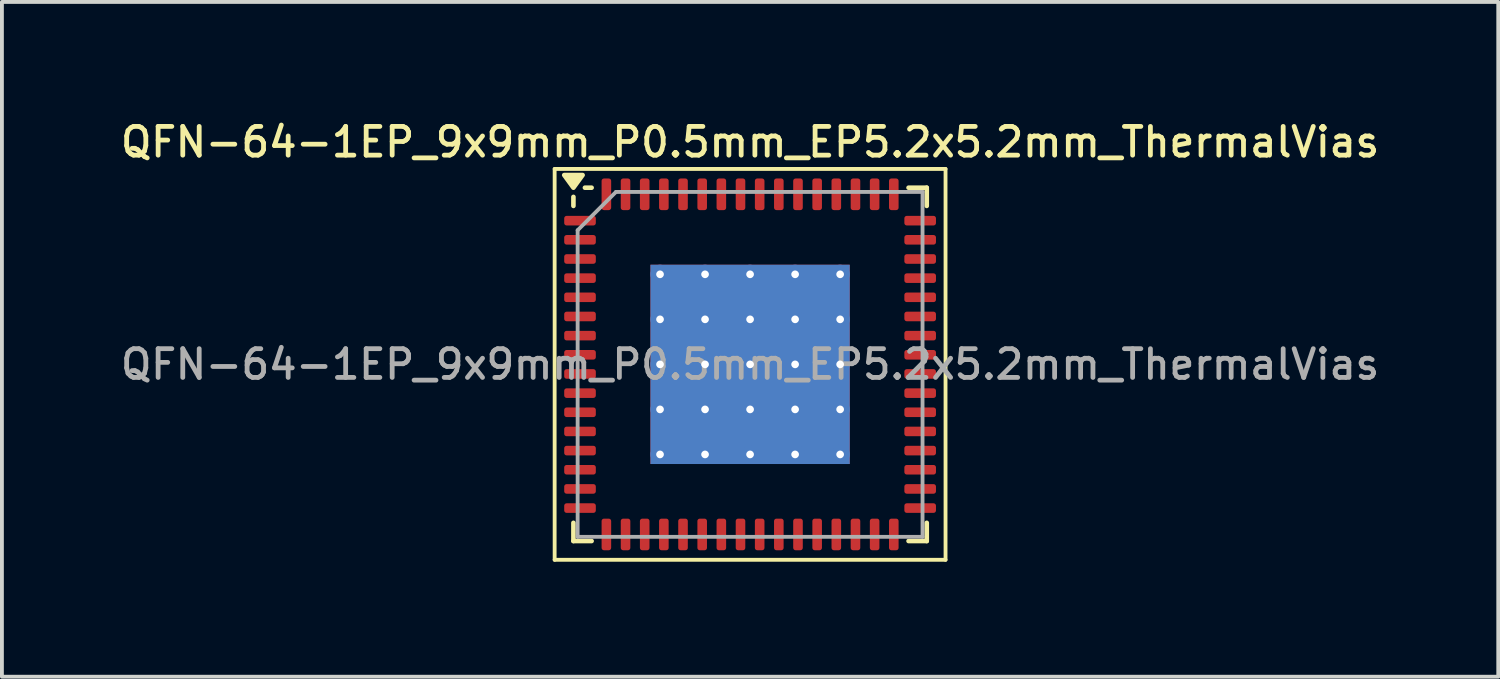
<source format=kicad_pcb>
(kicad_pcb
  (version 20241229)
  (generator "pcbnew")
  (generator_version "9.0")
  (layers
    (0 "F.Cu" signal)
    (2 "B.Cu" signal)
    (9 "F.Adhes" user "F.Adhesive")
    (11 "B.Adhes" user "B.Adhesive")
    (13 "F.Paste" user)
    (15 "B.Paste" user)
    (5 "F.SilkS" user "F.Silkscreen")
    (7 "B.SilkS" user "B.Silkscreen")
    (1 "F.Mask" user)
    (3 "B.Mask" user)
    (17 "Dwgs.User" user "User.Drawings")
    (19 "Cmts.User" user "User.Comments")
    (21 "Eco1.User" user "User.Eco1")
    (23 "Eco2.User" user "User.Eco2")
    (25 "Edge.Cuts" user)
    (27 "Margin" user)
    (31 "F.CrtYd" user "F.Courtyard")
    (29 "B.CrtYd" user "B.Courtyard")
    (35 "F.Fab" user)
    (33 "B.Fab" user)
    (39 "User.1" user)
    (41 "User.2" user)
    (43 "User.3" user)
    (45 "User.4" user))
  (footprint "QFN-64-1EP_9x9mm_P0.5mm_EP5.2x5.2mm_ThermalVias"
    (layer "F.Cu")
    (at 16.523 6.458)
    (property "Reference" "QFN-64-1EP_9x9mm_P0.5mm_EP5.2x5.2mm_ThermalVias" (at 0 -5.8 0) (layer "F.SilkS") (effects (font (size 0.75 0.75) (thickness 0.125))))
    (attr smd)
    (fp_line (start -5.1 -5.1) (end -5.1 5.1) (stroke (width 0.1) (type solid)) (layer "F.SilkS"))
    (fp_line (start -5.1 5.1) (end 5.1 5.1) (stroke (width 0.1) (type solid)) (layer "F.SilkS"))
    (fp_line (start -4.61 -4.135) (end -4.61 -4.37) (stroke (width 0.12) (type solid)) (layer "F.SilkS"))
    (fp_line (start -4.61 4.61) (end -4.61 4.135) (stroke (width 0.12) (type solid)) (layer "F.SilkS"))
    (fp_line (start -4.135 -4.61) (end -4.31 -4.61) (stroke (width 0.12) (type solid)) (layer "F.SilkS"))
    (fp_line (start -4.135 4.61) (end -4.61 4.61) (stroke (width 0.12) (type solid)) (layer "F.SilkS"))
    (fp_line (start 4.135 -4.61) (end 4.61 -4.61) (stroke (width 0.12) (type solid)) (layer "F.SilkS"))
    (fp_line (start 4.135 4.61) (end 4.61 4.61) (stroke (width 0.12) (type solid)) (layer "F.SilkS"))
    (fp_line (start 4.61 -4.61) (end 4.61 -4.135) (stroke (width 0.12) (type solid)) (layer "F.SilkS"))
    (fp_line (start 4.61 4.61) (end 4.61 4.135) (stroke (width 0.12) (type solid)) (layer "F.SilkS"))
    (fp_line (start 5.1 -5.1) (end -5.1 -5.1) (stroke (width 0.1) (type solid)) (layer "F.SilkS"))
    (fp_line (start 5.1 5.1) (end 5.1 -5.1) (stroke (width 0.1) (type solid)) (layer "F.SilkS"))
    (fp_poly (pts (xy -4.61 -4.61) (xy -4.85 -4.94) (xy -4.37 -4.94) (xy -4.61 -4.61)) (stroke (width 0.12) (type solid)) (fill yes) (layer "F.SilkS"))
    (fp_line (start -4.5 -3.5) (end -3.5 -4.5) (stroke (width 0.1) (type solid)) (layer "F.Fab"))
    (fp_line (start -4.5 4.5) (end -4.5 -3.5) (stroke (width 0.1) (type solid)) (layer "F.Fab"))
    (fp_line (start -3.5 -4.5) (end 4.5 -4.5) (stroke (width 0.1) (type solid)) (layer "F.Fab"))
    (fp_line (start 4.5 -4.5) (end 4.5 4.5) (stroke (width 0.1) (type solid)) (layer "F.Fab"))
    (fp_line (start 4.5 4.5) (end -4.5 4.5) (stroke (width 0.1) (type solid)) (layer "F.Fab"))
    (fp_text user "${REFERENCE}" (at 0 0 0) (layer "F.Fab") (effects (font (size 0.75 0.75) (thickness 0.125))))
    (pad "" smd roundrect (at -1.762 -1.762) (size 1.007 1.007) (layers "F.Paste") (roundrect_rratio 0.248))
    (pad "" smd roundrect (at -1.762 -0.588) (size 1.007 1.007) (layers "F.Paste") (roundrect_rratio 0.248))
    (pad "" smd roundrect (at -1.762 0.588) (size 1.007 1.007) (layers "F.Paste") (roundrect_rratio 0.248))
    (pad "" smd roundrect (at -1.762 1.762) (size 1.007 1.007) (layers "F.Paste") (roundrect_rratio 0.248))
    (pad "" smd roundrect (at -0.588 -1.762) (size 1.007 1.007) (layers "F.Paste") (roundrect_rratio 0.248))
    (pad "" smd roundrect (at -0.588 -0.588) (size 1.007 1.007) (layers "F.Paste") (roundrect_rratio 0.248))
    (pad "" smd roundrect (at -0.588 0.588) (size 1.007 1.007) (layers "F.Paste") (roundrect_rratio 0.248))
    (pad "" smd roundrect (at -0.588 1.762) (size 1.007 1.007) (layers "F.Paste") (roundrect_rratio 0.248))
    (pad "" smd roundrect (at 0.588 -1.762) (size 1.007 1.007) (layers "F.Paste") (roundrect_rratio 0.248))
    (pad "" smd roundrect (at 0.588 -0.588) (size 1.007 1.007) (layers "F.Paste") (roundrect_rratio 0.248))
    (pad "" smd roundrect (at 0.588 0.588) (size 1.007 1.007) (layers "F.Paste") (roundrect_rratio 0.248))
    (pad "" smd roundrect (at 0.588 1.762) (size 1.007 1.007) (layers "F.Paste") (roundrect_rratio 0.248))
    (pad "" smd roundrect (at 1.762 -1.762) (size 1.007 1.007) (layers "F.Paste") (roundrect_rratio 0.248))
    (pad "" smd roundrect (at 1.762 -0.588) (size 1.007 1.007) (layers "F.Paste") (roundrect_rratio 0.248))
    (pad "" smd roundrect (at 1.762 0.588) (size 1.007 1.007) (layers "F.Paste") (roundrect_rratio 0.248))
    (pad "" smd roundrect (at 1.762 1.762) (size 1.007 1.007) (layers "F.Paste") (roundrect_rratio 0.248))
    (pad "1" smd roundrect (at -4.438 -3.75) (size 0.825 0.25) (layers "F.Cu" "F.Mask" "F.Paste") (roundrect_rratio 0.25))
    (pad "2" smd roundrect (at -4.438 -3.25) (size 0.825 0.25) (layers "F.Cu" "F.Mask" "F.Paste") (roundrect_rratio 0.25))
    (pad "3" smd roundrect (at -4.438 -2.75) (size 0.825 0.25) (layers "F.Cu" "F.Mask" "F.Paste") (roundrect_rratio 0.25))
    (pad "4" smd roundrect (at -4.438 -2.25) (size 0.825 0.25) (layers "F.Cu" "F.Mask" "F.Paste") (roundrect_rratio 0.25))
    (pad "5" smd roundrect (at -4.438 -1.75) (size 0.825 0.25) (layers "F.Cu" "F.Mask" "F.Paste") (roundrect_rratio 0.25))
    (pad "6" smd roundrect (at -4.438 -1.25) (size 0.825 0.25) (layers "F.Cu" "F.Mask" "F.Paste") (roundrect_rratio 0.25))
    (pad "7" smd roundrect (at -4.438 -0.75) (size 0.825 0.25) (layers "F.Cu" "F.Mask" "F.Paste") (roundrect_rratio 0.25))
    (pad "8" smd roundrect (at -4.438 -0.25) (size 0.825 0.25) (layers "F.Cu" "F.Mask" "F.Paste") (roundrect_rratio 0.25))
    (pad "9" smd roundrect (at -4.438 0.25) (size 0.825 0.25) (layers "F.Cu" "F.Mask" "F.Paste") (roundrect_rratio 0.25))
    (pad "10" smd roundrect (at -4.438 0.75) (size 0.825 0.25) (layers "F.Cu" "F.Mask" "F.Paste") (roundrect_rratio 0.25))
    (pad "11" smd roundrect (at -4.438 1.25) (size 0.825 0.25) (layers "F.Cu" "F.Mask" "F.Paste") (roundrect_rratio 0.25))
    (pad "12" smd roundrect (at -4.438 1.75) (size 0.825 0.25) (layers "F.Cu" "F.Mask" "F.Paste") (roundrect_rratio 0.25))
    (pad "13" smd roundrect (at -4.438 2.25) (size 0.825 0.25) (layers "F.Cu" "F.Mask" "F.Paste") (roundrect_rratio 0.25))
    (pad "14" smd roundrect (at -4.438 2.75) (size 0.825 0.25) (layers "F.Cu" "F.Mask" "F.Paste") (roundrect_rratio 0.25))
    (pad "15" smd roundrect (at -4.438 3.25) (size 0.825 0.25) (layers "F.Cu" "F.Mask" "F.Paste") (roundrect_rratio 0.25))
    (pad "16" smd roundrect (at -4.438 3.75) (size 0.825 0.25) (layers "F.Cu" "F.Mask" "F.Paste") (roundrect_rratio 0.25))
    (pad "17" smd roundrect (at -3.75 4.438) (size 0.25 0.825) (layers "F.Cu" "F.Mask" "F.Paste") (roundrect_rratio 0.25))
    (pad "18" smd roundrect (at -3.25 4.438) (size 0.25 0.825) (layers "F.Cu" "F.Mask" "F.Paste") (roundrect_rratio 0.25))
    (pad "19" smd roundrect (at -2.75 4.438) (size 0.25 0.825) (layers "F.Cu" "F.Mask" "F.Paste") (roundrect_rratio 0.25))
    (pad "20" smd roundrect (at -2.25 4.438) (size 0.25 0.825) (layers "F.Cu" "F.Mask" "F.Paste") (roundrect_rratio 0.25))
    (pad "21" smd roundrect (at -1.75 4.438) (size 0.25 0.825) (layers "F.Cu" "F.Mask" "F.Paste") (roundrect_rratio 0.25))
    (pad "22" smd roundrect (at -1.25 4.438) (size 0.25 0.825) (layers "F.Cu" "F.Mask" "F.Paste") (roundrect_rratio 0.25))
    (pad "23" smd roundrect (at -0.75 4.438) (size 0.25 0.825) (layers "F.Cu" "F.Mask" "F.Paste") (roundrect_rratio 0.25))
    (pad "24" smd roundrect (at -0.25 4.438) (size 0.25 0.825) (layers "F.Cu" "F.Mask" "F.Paste") (roundrect_rratio 0.25))
    (pad "25" smd roundrect (at 0.25 4.438) (size 0.25 0.825) (layers "F.Cu" "F.Mask" "F.Paste") (roundrect_rratio 0.25))
    (pad "26" smd roundrect (at 0.75 4.438) (size 0.25 0.825) (layers "F.Cu" "F.Mask" "F.Paste") (roundrect_rratio 0.25))
    (pad "27" smd roundrect (at 1.25 4.438) (size 0.25 0.825) (layers "F.Cu" "F.Mask" "F.Paste") (roundrect_rratio 0.25))
    (pad "28" smd roundrect (at 1.75 4.438) (size 0.25 0.825) (layers "F.Cu" "F.Mask" "F.Paste") (roundrect_rratio 0.25))
    (pad "29" smd roundrect (at 2.25 4.438) (size 0.25 0.825) (layers "F.Cu" "F.Mask" "F.Paste") (roundrect_rratio 0.25))
    (pad "30" smd roundrect (at 2.75 4.438) (size 0.25 0.825) (layers "F.Cu" "F.Mask" "F.Paste") (roundrect_rratio 0.25))
    (pad "31" smd roundrect (at 3.25 4.438) (size 0.25 0.825) (layers "F.Cu" "F.Mask" "F.Paste") (roundrect_rratio 0.25))
    (pad "32" smd roundrect (at 3.75 4.438) (size 0.25 0.825) (layers "F.Cu" "F.Mask" "F.Paste") (roundrect_rratio 0.25))
    (pad "33" smd roundrect (at 4.438 3.75) (size 0.825 0.25) (layers "F.Cu" "F.Mask" "F.Paste") (roundrect_rratio 0.25))
    (pad "34" smd roundrect (at 4.438 3.25) (size 0.825 0.25) (layers "F.Cu" "F.Mask" "F.Paste") (roundrect_rratio 0.25))
    (pad "35" smd roundrect (at 4.438 2.75) (size 0.825 0.25) (layers "F.Cu" "F.Mask" "F.Paste") (roundrect_rratio 0.25))
    (pad "36" smd roundrect (at 4.438 2.25) (size 0.825 0.25) (layers "F.Cu" "F.Mask" "F.Paste") (roundrect_rratio 0.25))
    (pad "37" smd roundrect (at 4.438 1.75) (size 0.825 0.25) (layers "F.Cu" "F.Mask" "F.Paste") (roundrect_rratio 0.25))
    (pad "38" smd roundrect (at 4.438 1.25) (size 0.825 0.25) (layers "F.Cu" "F.Mask" "F.Paste") (roundrect_rratio 0.25))
    (pad "39" smd roundrect (at 4.438 0.75) (size 0.825 0.25) (layers "F.Cu" "F.Mask" "F.Paste") (roundrect_rratio 0.25))
    (pad "40" smd roundrect (at 4.438 0.25) (size 0.825 0.25) (layers "F.Cu" "F.Mask" "F.Paste") (roundrect_rratio 0.25))
    (pad "41" smd roundrect (at 4.438 -0.25) (size 0.825 0.25) (layers "F.Cu" "F.Mask" "F.Paste") (roundrect_rratio 0.25))
    (pad "42" smd roundrect (at 4.438 -0.75) (size 0.825 0.25) (layers "F.Cu" "F.Mask" "F.Paste") (roundrect_rratio 0.25))
    (pad "43" smd roundrect (at 4.438 -1.25) (size 0.825 0.25) (layers "F.Cu" "F.Mask" "F.Paste") (roundrect_rratio 0.25))
    (pad "44" smd roundrect (at 4.438 -1.75) (size 0.825 0.25) (layers "F.Cu" "F.Mask" "F.Paste") (roundrect_rratio 0.25))
    (pad "45" smd roundrect (at 4.438 -2.25) (size 0.825 0.25) (layers "F.Cu" "F.Mask" "F.Paste") (roundrect_rratio 0.25))
    (pad "46" smd roundrect (at 4.438 -2.75) (size 0.825 0.25) (layers "F.Cu" "F.Mask" "F.Paste") (roundrect_rratio 0.25))
    (pad "47" smd roundrect (at 4.438 -3.25) (size 0.825 0.25) (layers "F.Cu" "F.Mask" "F.Paste") (roundrect_rratio 0.25))
    (pad "48" smd roundrect (at 4.438 -3.75) (size 0.825 0.25) (layers "F.Cu" "F.Mask" "F.Paste") (roundrect_rratio 0.25))
    (pad "49" smd roundrect (at 3.75 -4.438) (size 0.25 0.825) (layers "F.Cu" "F.Mask" "F.Paste") (roundrect_rratio 0.25))
    (pad "50" smd roundrect (at 3.25 -4.438) (size 0.25 0.825) (layers "F.Cu" "F.Mask" "F.Paste") (roundrect_rratio 0.25))
    (pad "51" smd roundrect (at 2.75 -4.438) (size 0.25 0.825) (layers "F.Cu" "F.Mask" "F.Paste") (roundrect_rratio 0.25))
    (pad "52" smd roundrect (at 2.25 -4.438) (size 0.25 0.825) (layers "F.Cu" "F.Mask" "F.Paste") (roundrect_rratio 0.25))
    (pad "53" smd roundrect (at 1.75 -4.438) (size 0.25 0.825) (layers "F.Cu" "F.Mask" "F.Paste") (roundrect_rratio 0.25))
    (pad "54" smd roundrect (at 1.25 -4.438) (size 0.25 0.825) (layers "F.Cu" "F.Mask" "F.Paste") (roundrect_rratio 0.25))
    (pad "55" smd roundrect (at 0.75 -4.438) (size 0.25 0.825) (layers "F.Cu" "F.Mask" "F.Paste") (roundrect_rratio 0.25))
    (pad "56" smd roundrect (at 0.25 -4.438) (size 0.25 0.825) (layers "F.Cu" "F.Mask" "F.Paste") (roundrect_rratio 0.25))
    (pad "57" smd roundrect (at -0.25 -4.438) (size 0.25 0.825) (layers "F.Cu" "F.Mask" "F.Paste") (roundrect_rratio 0.25))
    (pad "58" smd roundrect (at -0.75 -4.438) (size 0.25 0.825) (layers "F.Cu" "F.Mask" "F.Paste") (roundrect_rratio 0.25))
    (pad "59" smd roundrect (at -1.25 -4.438) (size 0.25 0.825) (layers "F.Cu" "F.Mask" "F.Paste") (roundrect_rratio 0.25))
    (pad "60" smd roundrect (at -1.75 -4.438) (size 0.25 0.825) (layers "F.Cu" "F.Mask" "F.Paste") (roundrect_rratio 0.25))
    (pad "61" smd roundrect (at -2.25 -4.438) (size 0.25 0.825) (layers "F.Cu" "F.Mask" "F.Paste") (roundrect_rratio 0.25))
    (pad "62" smd roundrect (at -2.75 -4.438) (size 0.25 0.825) (layers "F.Cu" "F.Mask" "F.Paste") (roundrect_rratio 0.25))
    (pad "63" smd roundrect (at -3.25 -4.438) (size 0.25 0.825) (layers "F.Cu" "F.Mask" "F.Paste") (roundrect_rratio 0.25))
    (pad "64" smd roundrect (at -3.75 -4.438) (size 0.25 0.825) (layers "F.Cu" "F.Mask" "F.Paste") (roundrect_rratio 0.25))
    (pad "65" thru_hole circle (at -2.35 -2.35) (size 0.5 0.5) (drill 0.2) (property pad_prop_heatsink) (layers "*.Cu"))
    (pad "65" thru_hole circle (at -2.35 -1.175) (size 0.5 0.5) (drill 0.2) (property pad_prop_heatsink) (layers "*.Cu"))
    (pad "65" thru_hole circle (at -2.35 0) (size 0.5 0.5) (drill 0.2) (property pad_prop_heatsink) (layers "*.Cu"))
    (pad "65" thru_hole circle (at -2.35 1.175) (size 0.5 0.5) (drill 0.2) (property pad_prop_heatsink) (layers "*.Cu"))
    (pad "65" thru_hole circle (at -2.35 2.35) (size 0.5 0.5) (drill 0.2) (property pad_prop_heatsink) (layers "*.Cu"))
    (pad "65" thru_hole circle (at -1.175 -2.35) (size 0.5 0.5) (drill 0.2) (property pad_prop_heatsink) (layers "*.Cu"))
    (pad "65" thru_hole circle (at -1.175 -1.175) (size 0.5 0.5) (drill 0.2) (property pad_prop_heatsink) (layers "*.Cu"))
    (pad "65" thru_hole circle (at -1.175 0) (size 0.5 0.5) (drill 0.2) (property pad_prop_heatsink) (layers "*.Cu"))
    (pad "65" thru_hole circle (at -1.175 1.175) (size 0.5 0.5) (drill 0.2) (property pad_prop_heatsink) (layers "*.Cu"))
    (pad "65" thru_hole circle (at -1.175 2.35) (size 0.5 0.5) (drill 0.2) (property pad_prop_heatsink) (layers "*.Cu"))
    (pad "65" thru_hole circle (at 0 -2.35) (size 0.5 0.5) (drill 0.2) (property pad_prop_heatsink) (layers "*.Cu"))
    (pad "65" thru_hole circle (at 0 -1.175) (size 0.5 0.5) (drill 0.2) (property pad_prop_heatsink) (layers "*.Cu"))
    (pad "65" thru_hole circle (at 0 0) (size 0.5 0.5) (drill 0.2) (property pad_prop_heatsink) (layers "*.Cu"))
    (pad "65" smd rect (at 0 0) (size 5.2 5.2) (property pad_prop_heatsink) (layers "F.Cu" "F.Mask"))
    (pad "65" smd rect (at 0 0) (size 5.2 5.2) (property pad_prop_heatsink) (layers "B.Cu"))
    (pad "65" thru_hole circle (at 0 1.175) (size 0.5 0.5) (drill 0.2) (property pad_prop_heatsink) (layers "*.Cu"))
    (pad "65" thru_hole circle (at 0 2.35) (size 0.5 0.5) (drill 0.2) (property pad_prop_heatsink) (layers "*.Cu"))
    (pad "65" thru_hole circle (at 1.175 -2.35) (size 0.5 0.5) (drill 0.2) (property pad_prop_heatsink) (layers "*.Cu"))
    (pad "65" thru_hole circle (at 1.175 -1.175) (size 0.5 0.5) (drill 0.2) (property pad_prop_heatsink) (layers "*.Cu"))
    (pad "65" thru_hole circle (at 1.175 0) (size 0.5 0.5) (drill 0.2) (property pad_prop_heatsink) (layers "*.Cu"))
    (pad "65" thru_hole circle (at 1.175 1.175) (size 0.5 0.5) (drill 0.2) (property pad_prop_heatsink) (layers "*.Cu"))
    (pad "65" thru_hole circle (at 1.175 2.35) (size 0.5 0.5) (drill 0.2) (property pad_prop_heatsink) (layers "*.Cu"))
    (pad "65" thru_hole circle (at 2.35 -2.35) (size 0.5 0.5) (drill 0.2) (property pad_prop_heatsink) (layers "*.Cu"))
    (pad "65" thru_hole circle (at 2.35 -1.175) (size 0.5 0.5) (drill 0.2) (property pad_prop_heatsink) (layers "*.Cu"))
    (pad "65" thru_hole circle (at 2.35 0) (size 0.5 0.5) (drill 0.2) (property pad_prop_heatsink) (layers "*.Cu"))
    (pad "65" thru_hole circle (at 2.35 1.175) (size 0.5 0.5) (drill 0.2) (property pad_prop_heatsink) (layers "*.Cu"))
    (pad "65" thru_hole circle (at 2.35 2.35) (size 0.5 0.5) (drill 0.2) (property pad_prop_heatsink) (layers "*.Cu")))
  (gr_rect
    (start -3 -3)
    (end 36.046 14.608)
    (stroke (width 0.1) (type default))
    (fill no)
    (layer "Edge.Cuts")))
</source>
